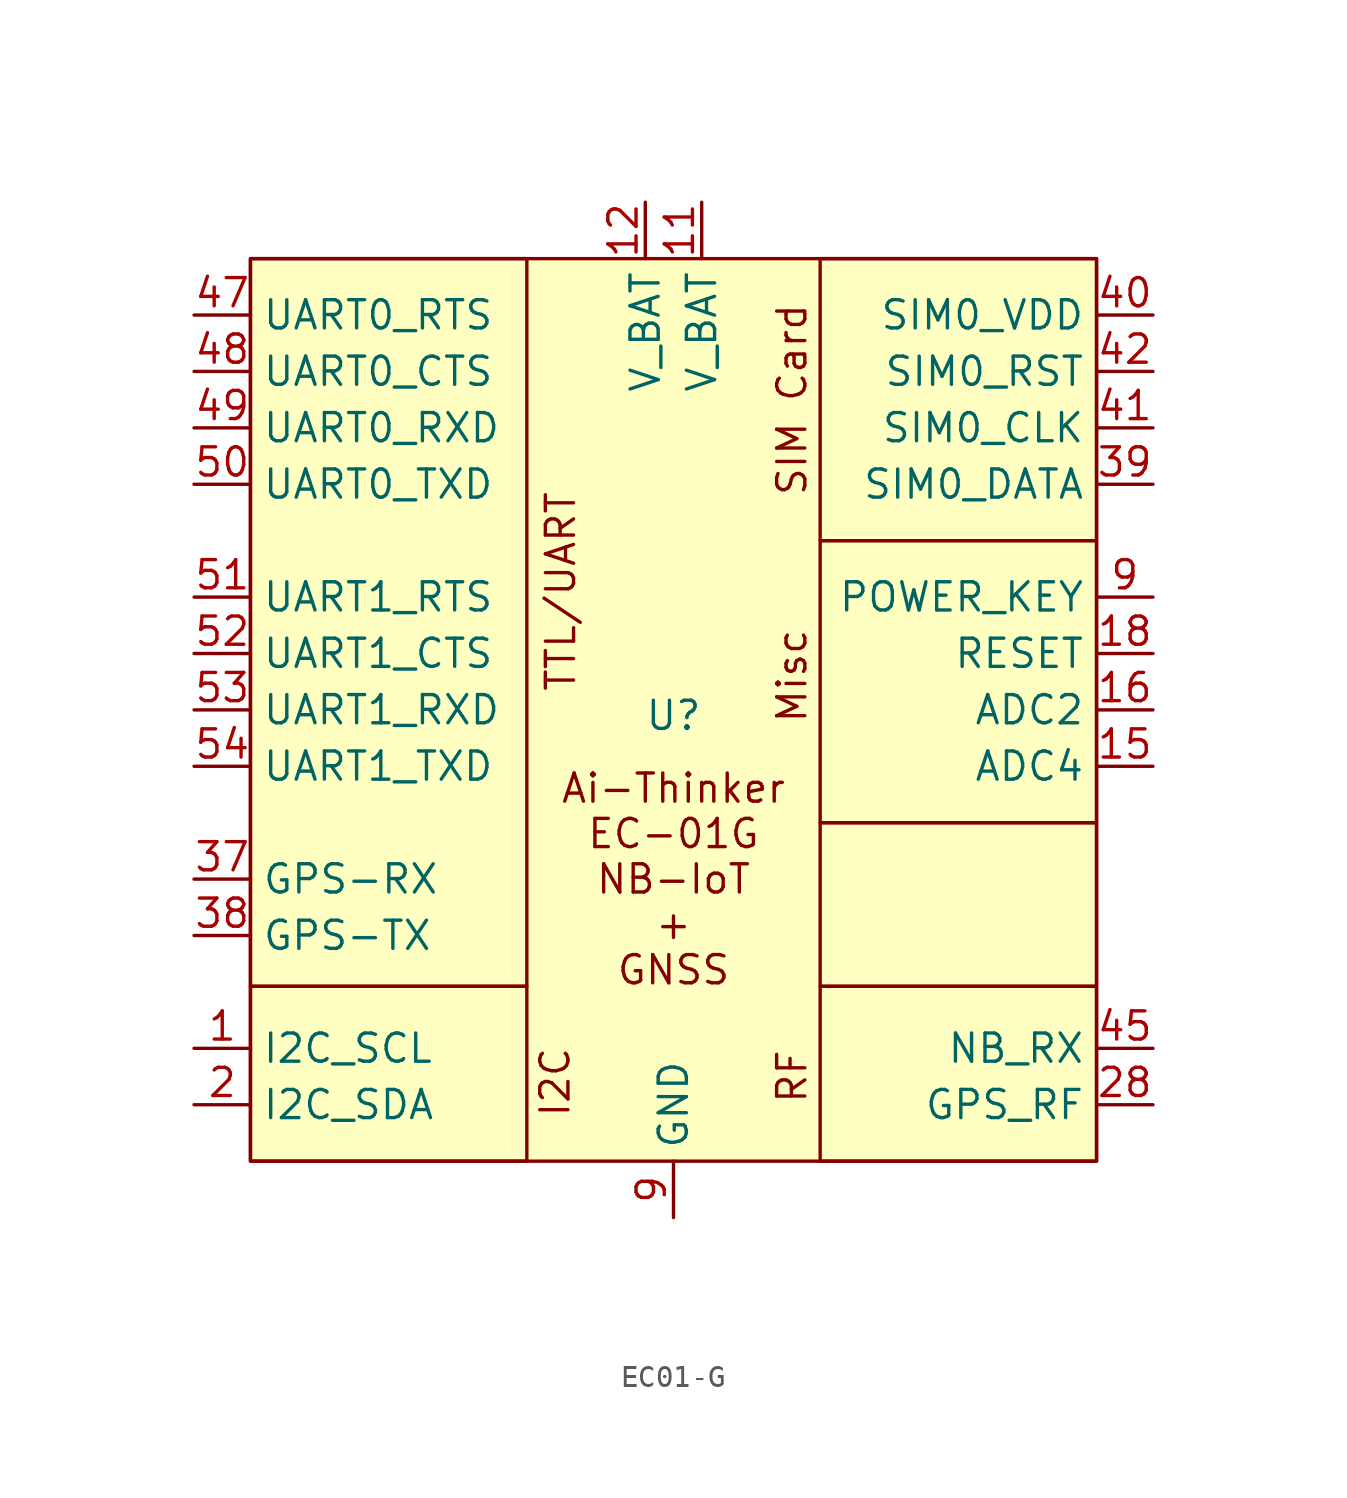
<source format=kicad_sym>
(kicad_symbol_lib
  (version 20231120)
  (generator "kicad_symbol_editor")
  (generator_version "8.0")
  (symbol "EC01-G"
    (property "Reference" "U"
      (at 0 22.606 0)
      (effects (font (size 1.27 1.27))))
    (property "Value" ""
      (at 19.05 -1.27 0)
      (effects (font (size 1.27 1.27))))
    (symbol "EC01-G_0_1"
      (rectangle (start -19.05 10.414) (end -6.604 2.54) (stroke (width 0) (type default)) (fill (type none)))
      (rectangle (start -19.05 43.18) (end -6.604 10.414) (stroke (width 0) (type default)) (fill (type none)))
      (rectangle (start 6.604 10.414) (end 19.05 2.54) (stroke (width 0) (type default)) (fill (type none)))
      (rectangle (start 6.604 10.414) (end 19.05 17.78) (stroke (width 0) (type default)) (fill (type none)))
      (rectangle (start 6.604 30.48) (end 19.05 17.78) (stroke (width 0) (type default)) (fill (type none)))
      (rectangle (start 6.604 43.18) (end 19.05 30.48) (stroke (width 0) (type default)) (fill (type none))))
    (symbol "EC01-G_1_1"
      (rectangle (start -19.05 43.18) (end 19.05 2.54) (stroke (width 0) (type default)) (fill (type background)))
      (text "Ai-Thinker\nEC-01G\nNB-IoT\n+\nGNSS" (at 0 15.24 0) (effects (font (size 1.27 1.27))))
      (text "I2C" (at -5.334 6.096 900) (effects (font (size 1.27 1.27))))
      (text "Misc" (at 5.334 24.384 900) (effects (font (size 1.27 1.27))))
      (text "RF" (at 5.334 6.35 900) (effects (font (size 1.27 1.27))))
      (text "SIM Card" (at 5.334 36.83 900) (effects (font (size 1.27 1.27))))
      (text "TTL/UART" (at -5.08 28.194 900) (effects (font (size 1.27 1.27))))
      (pin input line (at -21.59 7.62 0) (length 2.54) (name "I2C_SCL" (effects (font (size 1.27 1.27)))) (number "1" (effects (font (size 1.27 1.27)))))
      (pin power_in line (at 1.27 45.72 270) (length 2.54) (name "V_BAT" (effects (font (size 1.27 1.27)))) (number "11" (effects (font (size 1.27 1.27)))))
      (pin power_in line (at -1.27 45.72 270) (length 2.54) (name "V_BAT" (effects (font (size 1.27 1.27)))) (number "12" (effects (font (size 1.27 1.27)))))
      (pin input line (at 21.59 20.32 180) (length 2.54) (name "ADC4" (effects (font (size 1.27 1.27)))) (number "15" (effects (font (size 1.27 1.27)))))
      (pin input line (at 21.59 22.86 180) (length 2.54) (name "ADC2" (effects (font (size 1.27 1.27)))) (number "16" (effects (font (size 1.27 1.27)))))
      (pin passive line (at 0 0 90) (length 2.54) hide (name "GND" (effects (font (size 1.27 1.27)))) (number "18" (effects (font (size 1.27 1.27)))))
      (pin input line (at 21.59 25.4 180) (length 2.54) (name "RESET" (effects (font (size 1.27 1.27)))) (number "18" (effects (font (size 1.27 1.27)))))
      (pin input line (at -21.59 5.08 0) (length 2.54) (name "I2C_SDA" (effects (font (size 1.27 1.27)))) (number "2" (effects (font (size 1.27 1.27)))))
      (pin passive line (at 0 0 90) (length 2.54) hide (name "GND" (effects (font (size 1.27 1.27)))) (number "27" (effects (font (size 1.27 1.27)))))
      (pin input line (at 21.59 5.08 180) (length 2.54) (name "GPS_RF" (effects (font (size 1.27 1.27)))) (number "28" (effects (font (size 1.27 1.27)))))
      (pin passive line (at 0 0 90) (length 2.54) hide (name "GND" (effects (font (size 1.27 1.27)))) (number "29" (effects (font (size 1.27 1.27)))))
      (pin input line (at -21.59 15.24 0) (length 2.54) (name "GPS-RX" (effects (font (size 1.27 1.27)))) (number "37" (effects (font (size 1.27 1.27)))))
      (pin output line (at -21.59 12.7 0) (length 2.54) (name "GPS-TX" (effects (font (size 1.27 1.27)))) (number "38" (effects (font (size 1.27 1.27)))))
      (pin bidirectional line (at 21.59 33.02 180) (length 2.54) (name "SIM0_DATA" (effects (font (size 1.27 1.27)))) (number "39" (effects (font (size 1.27 1.27)))))
      (pin output line (at 21.59 40.64 180) (length 2.54) (name "SIM0_VDD" (effects (font (size 1.27 1.27)))) (number "40" (effects (font (size 1.27 1.27)))))
      (pin output line (at 21.59 35.56 180) (length 2.54) (name "SIM0_CLK" (effects (font (size 1.27 1.27)))) (number "41" (effects (font (size 1.27 1.27)))))
      (pin output line (at 21.59 38.1 180) (length 2.54) (name "SIM0_RST" (effects (font (size 1.27 1.27)))) (number "42" (effects (font (size 1.27 1.27)))))
      (pin passive line (at 0 0 90) (length 2.54) hide (name "GND" (effects (font (size 1.27 1.27)))) (number "44" (effects (font (size 1.27 1.27)))))
      (pin input line (at 21.59 7.62 180) (length 2.54) (name "NB_RX" (effects (font (size 1.27 1.27)))) (number "45" (effects (font (size 1.27 1.27)))))
      (pin passive line (at 0 0 90) (length 2.54) hide (name "GND" (effects (font (size 1.27 1.27)))) (number "46" (effects (font (size 1.27 1.27)))))
      (pin output line (at -21.59 40.64 0) (length 2.54) (name "UART0_RTS" (effects (font (size 1.27 1.27)))) (number "47" (effects (font (size 1.27 1.27)))))
      (pin input line (at -21.59 38.1 0) (length 2.54) (name "UART0_CTS" (effects (font (size 1.27 1.27)))) (number "48" (effects (font (size 1.27 1.27)))))
      (pin input line (at -21.59 35.56 0) (length 2.54) (name "UART0_RXD" (effects (font (size 1.27 1.27)))) (number "49" (effects (font (size 1.27 1.27)))))
      (pin output line (at -21.59 33.02 0) (length 2.54) (name "UART0_TXD" (effects (font (size 1.27 1.27)))) (number "50" (effects (font (size 1.27 1.27)))))
      (pin output line (at -21.59 27.94 0) (length 2.54) (name "UART1_RTS" (effects (font (size 1.27 1.27)))) (number "51" (effects (font (size 1.27 1.27)))))
      (pin input line (at -21.59 25.4 0) (length 2.54) (name "UART1_CTS" (effects (font (size 1.27 1.27)))) (number "52" (effects (font (size 1.27 1.27)))))
      (pin input line (at -21.59 22.86 0) (length 2.54) (name "UART1_RXD" (effects (font (size 1.27 1.27)))) (number "53" (effects (font (size 1.27 1.27)))))
      (pin output line (at -21.59 20.32 0) (length 2.54) (name "UART1_TXD" (effects (font (size 1.27 1.27)))) (number "54" (effects (font (size 1.27 1.27)))))
      (pin power_in line (at 0 0 90) (length 2.54) (name "GND" (effects (font (size 1.27 1.27)))) (number "9" (effects (font (size 1.27 1.27)))))
      (pin input line (at 21.59 27.94 180) (length 2.54) (name "POWER_KEY" (effects (font (size 1.27 1.27)))) (number "9" (effects (font (size 1.27 1.27))))))))
</source>
